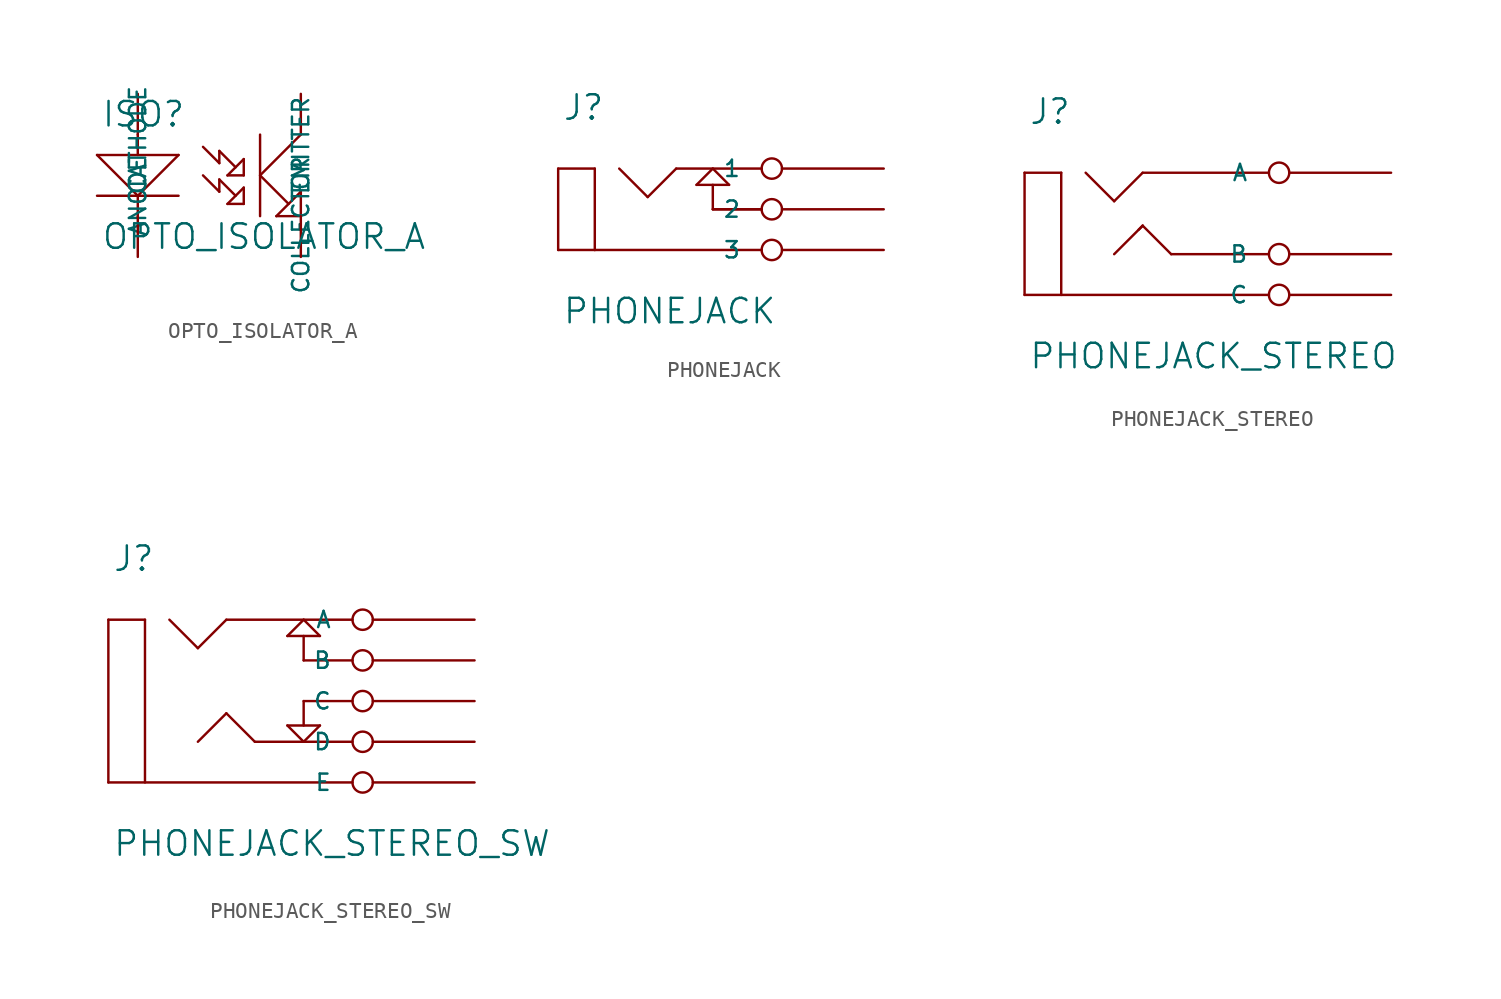
<source format=kicad_sym>
(kicad_symbol_lib
  (version 20231120)
  (generator "kicad_symbol_editor")
  (generator_version "8.0")
  (symbol "OPTO_ISOLATOR_A"
    (pin_names
      (offset 1.27))
    (property "Reference" "ISO"
      (at 0.254 0.381 0)
      (effects (font (size 1.524 1.524)) (justify left bottom)))
    (property "Value" "OPTO_ISOLATOR_A"
      (at 0.254 -5.461 0)
      (effects (font (size 1.524 1.524)) (justify left top)))
    (symbol "OPTO_ISOLATOR_A_0_1"
      (polyline (pts (xy 0 -1.27) (xy 5.08 -1.27)) (stroke (width 0) (type solid)) (fill (type none)))
      (polyline (pts (xy 2.54 -5.08) (xy 2.54 -3.81)) (stroke (width 0) (type solid)) (fill (type none)))
      (polyline (pts (xy 2.54 -3.81) (xy 0 -1.27)) (stroke (width 0) (type solid)) (fill (type none)))
      (polyline (pts (xy 2.54 0) (xy 2.54 -1.27)) (stroke (width 0) (type solid)) (fill (type none)))
      (polyline (pts (xy 5.08 -3.81) (xy 0 -3.81)) (stroke (width 0) (type solid)) (fill (type none)))
      (polyline (pts (xy 5.08 -1.27) (xy 2.54 -3.81)) (stroke (width 0) (type solid)) (fill (type none)))
      (polyline (pts (xy 7.62 -3.556) (xy 6.604 -2.54)) (stroke (width 0) (type solid)) (fill (type none)))
      (polyline (pts (xy 7.62 -2.794) (xy 7.62 -3.556)) (stroke (width 0) (type solid)) (fill (type none)))
      (polyline (pts (xy 7.62 -1.778) (xy 6.604 -0.762)) (stroke (width 0) (type solid)) (fill (type none)))
      (polyline (pts (xy 7.62 -1.016) (xy 7.62 -1.778)) (stroke (width 0) (type solid)) (fill (type none)))
      (polyline (pts (xy 8.128 -4.318) (xy 9.144 -3.302)) (stroke (width 0) (type solid)) (fill (type none)))
      (polyline (pts (xy 8.128 -2.54) (xy 9.144 -1.524)) (stroke (width 0) (type solid)) (fill (type none)))
      (polyline (pts (xy 8.636 -3.81) (xy 7.62 -2.794)) (stroke (width 0) (type solid)) (fill (type none)))
      (polyline (pts (xy 8.636 -2.032) (xy 7.62 -1.016)) (stroke (width 0) (type solid)) (fill (type none)))
      (polyline (pts (xy 9.144 -4.318) (xy 8.128 -4.318)) (stroke (width 0) (type solid)) (fill (type none)))
      (polyline (pts (xy 9.144 -3.302) (xy 9.144 -4.318)) (stroke (width 0) (type solid)) (fill (type none)))
      (polyline (pts (xy 9.144 -2.54) (xy 8.128 -2.54)) (stroke (width 0) (type solid)) (fill (type none)))
      (polyline (pts (xy 9.144 -1.524) (xy 9.144 -2.54)) (stroke (width 0) (type solid)) (fill (type none)))
      (polyline (pts (xy 10.16 -2.54) (xy 12.7 0)) (stroke (width 0) (type solid)) (fill (type none)))
      (polyline (pts (xy 10.16 0) (xy 10.16 -5.08)) (stroke (width 0) (type solid)) (fill (type none)))
      (polyline (pts (xy 11.176 -5.08) (xy 12.7 -5.08)) (stroke (width 0) (type solid)) (fill (type none)))
      (polyline (pts (xy 11.938 -4.318) (xy 10.16 -2.54)) (stroke (width 0) (type solid)) (fill (type none)))
      (polyline (pts (xy 12.7 -5.08) (xy 12.7 -3.556)) (stroke (width 0) (type solid)) (fill (type none)))
      (polyline (pts (xy 12.7 -3.556) (xy 11.176 -5.08)) (stroke (width 0) (type solid)) (fill (type none))))
    (symbol "OPTO_ISOLATOR_A_1_1"
      (pin passive line (at 2.54 2.54 270) (length 2.54) (name "ANODE" (effects (font (size 1.016 1.016)))) (number "~" (effects (font (size 1.27 1.27)))))
      (pin passive line (at 2.54 -7.62 90) (length 2.54) (name "CATHODE" (effects (font (size 1.016 1.016)))) (number "~" (effects (font (size 1.27 1.27)))))
      (pin passive line (at 12.7 2.54 270) (length 2.54) (name "COLLECTOR" (effects (font (size 1.016 1.016)))) (number "~" (effects (font (size 1.27 1.27)))))
      (pin passive line (at 12.7 -7.62 90) (length 2.54) (name "EMITTER" (effects (font (size 1.016 1.016)))) (number "~" (effects (font (size 1.27 1.27)))))))
  (symbol "PHONEJACK"
    (pin_names
      (offset 1.27))
    (property "Reference" "J"
      (at 0.254 0.381 0)
      (effects (font (size 1.524 1.524)) (justify left bottom)))
    (property "Value" "PHONEJACK"
      (at 0.254 -10.541 0)
      (effects (font (size 1.524 1.524)) (justify left top)))
    (symbol "PHONEJACK_0_1"
      (polyline (pts (xy 0 -7.62) (xy 0 -2.54)) (stroke (width 0) (type solid)) (fill (type none)))
      (polyline (pts (xy 0 -2.54) (xy 2.286 -2.54)) (stroke (width 0) (type solid)) (fill (type none)))
      (polyline (pts (xy 2.286 -7.62) (xy 0 -7.62)) (stroke (width 0) (type solid)) (fill (type none)))
      (polyline (pts (xy 2.286 -7.62) (xy 12.7 -7.62)) (stroke (width 0) (type solid)) (fill (type none)))
      (polyline (pts (xy 2.286 -2.54) (xy 2.286 -7.62)) (stroke (width 0) (type solid)) (fill (type none)))
      (polyline (pts (xy 3.81 -2.54) (xy 5.588 -4.318)) (stroke (width 0) (type solid)) (fill (type none)))
      (polyline (pts (xy 5.588 -4.318) (xy 7.366 -2.54)) (stroke (width 0) (type solid)) (fill (type none)))
      (polyline (pts (xy 7.366 -2.54) (xy 12.7 -2.54)) (stroke (width 0) (type solid)) (fill (type none)))
      (polyline (pts (xy 8.636 -3.556) (xy 10.668 -3.556)) (stroke (width 0) (type solid)) (fill (type none)))
      (polyline (pts (xy 9.652 -5.08) (xy 12.7 -5.08)) (stroke (width 0) (type solid)) (fill (type none)))
      (polyline (pts (xy 9.652 -3.556) (xy 9.652 -5.08)) (stroke (width 0) (type solid)) (fill (type none)))
      (polyline (pts (xy 9.652 -2.54) (xy 8.636 -3.556)) (stroke (width 0) (type solid)) (fill (type none)))
      (polyline (pts (xy 10.668 -3.556) (xy 9.652 -2.54)) (stroke (width 0) (type solid)) (fill (type none)))
      (polyline (pts (xy 12.7 -5.08) (xy 9.652 -5.08)) (stroke (width 0) (type solid)) (fill (type none))))
    (symbol "PHONEJACK_1_1"
      (pin passive inverted (at 20.32 -2.54 180) (length 7.62) (name "1" (effects (font (size 1.016 1.016)))) (number "~" (effects (font (size 1.27 1.27)))))
      (pin passive inverted (at 20.32 -5.08 180) (length 7.62) (name "2" (effects (font (size 1.016 1.016)))) (number "~" (effects (font (size 1.27 1.27)))))
      (pin passive inverted (at 20.32 -7.62 180) (length 7.62) (name "3" (effects (font (size 1.016 1.016)))) (number "~" (effects (font (size 1.27 1.27)))))))
  (symbol "PHONEJACK_STEREO"
    (pin_names
      (offset 1.27))
    (property "Reference" "J"
      (at 0.254 0.381 0)
      (effects (font (size 1.524 1.524)) (justify left bottom)))
    (property "Value" "PHONEJACK_STEREO"
      (at 0.254 -13.081 0)
      (effects (font (size 1.524 1.524)) (justify left top)))
    (symbol "PHONEJACK_STEREO_0_1"
      (polyline (pts (xy 0 -10.16) (xy 0 -2.54)) (stroke (width 0) (type solid)) (fill (type none)))
      (polyline (pts (xy 0 -10.16) (xy 15.24 -10.16)) (stroke (width 0) (type solid)) (fill (type none)))
      (polyline (pts (xy 0 -2.54) (xy 2.286 -2.54)) (stroke (width 0) (type solid)) (fill (type none)))
      (polyline (pts (xy 2.286 -2.54) (xy 2.286 -10.16)) (stroke (width 0) (type solid)) (fill (type none)))
      (polyline (pts (xy 3.81 -2.54) (xy 5.588 -4.318)) (stroke (width 0) (type solid)) (fill (type none)))
      (polyline (pts (xy 5.588 -4.318) (xy 7.366 -2.54)) (stroke (width 0) (type solid)) (fill (type none)))
      (polyline (pts (xy 7.112 -6.096) (xy 7.366 -5.842)) (stroke (width 0) (type solid)) (fill (type none)))
      (polyline (pts (xy 7.366 -5.842) (xy 5.588 -7.62)) (stroke (width 0) (type solid)) (fill (type none)))
      (polyline (pts (xy 7.366 -5.842) (xy 9.144 -7.62)) (stroke (width 0) (type solid)) (fill (type none)))
      (polyline (pts (xy 7.366 -2.54) (xy 15.24 -2.54)) (stroke (width 0) (type solid)) (fill (type none)))
      (polyline (pts (xy 9.144 -7.62) (xy 15.24 -7.62)) (stroke (width 0) (type solid)) (fill (type none))))
    (symbol "PHONEJACK_STEREO_1_1"
      (pin passive inverted (at 22.86 -2.54 180) (length 7.62) (name "A" (effects (font (size 1.016 1.016)))) (number "~" (effects (font (size 1.27 1.27)))))
      (pin passive inverted (at 22.86 -7.62 180) (length 7.62) (name "B" (effects (font (size 1.016 1.016)))) (number "~" (effects (font (size 1.27 1.27)))))
      (pin passive inverted (at 22.86 -10.16 180) (length 7.62) (name "C" (effects (font (size 1.016 1.016)))) (number "~" (effects (font (size 1.27 1.27)))))))
  (symbol "PHONEJACK_STEREO_SW"
    (pin_names
      (offset 1.27))
    (property "Reference" "J"
      (at 0.254 0.381 0)
      (effects (font (size 1.524 1.524)) (justify left bottom)))
    (property "Value" "PHONEJACK_STEREO_SW"
      (at 0.254 -15.621 0)
      (effects (font (size 1.524 1.524)) (justify left top)))
    (symbol "PHONEJACK_STEREO_SW_0_1"
      (polyline (pts (xy 0 -12.7) (xy 0 -2.54)) (stroke (width 0) (type solid)) (fill (type none)))
      (polyline (pts (xy 0 -12.7) (xy 15.24 -12.7)) (stroke (width 0) (type solid)) (fill (type none)))
      (polyline (pts (xy 0 -2.54) (xy 2.286 -2.54)) (stroke (width 0) (type solid)) (fill (type none)))
      (polyline (pts (xy 2.286 -2.54) (xy 2.286 -12.7)) (stroke (width 0) (type solid)) (fill (type none)))
      (polyline (pts (xy 3.81 -2.54) (xy 5.588 -4.318)) (stroke (width 0) (type solid)) (fill (type none)))
      (polyline (pts (xy 5.588 -4.318) (xy 7.366 -2.54)) (stroke (width 0) (type solid)) (fill (type none)))
      (polyline (pts (xy 7.366 -8.382) (xy 5.588 -10.16)) (stroke (width 0) (type solid)) (fill (type none)))
      (polyline (pts (xy 7.366 -2.54) (xy 15.24 -2.54)) (stroke (width 0) (type solid)) (fill (type none)))
      (polyline (pts (xy 9.144 -10.16) (xy 7.366 -8.382)) (stroke (width 0) (type solid)) (fill (type none)))
      (polyline (pts (xy 9.144 -10.16) (xy 15.24 -10.16)) (stroke (width 0) (type solid)) (fill (type none)))
      (polyline (pts (xy 11.176 -9.144) (xy 12.192 -10.16)) (stroke (width 0) (type solid)) (fill (type none)))
      (polyline (pts (xy 11.176 -3.556) (xy 12.192 -2.54)) (stroke (width 0) (type solid)) (fill (type none)))
      (polyline (pts (xy 12.192 -10.16) (xy 13.208 -9.144)) (stroke (width 0) (type solid)) (fill (type none)))
      (polyline (pts (xy 12.192 -9.144) (xy 12.192 -7.62)) (stroke (width 0) (type solid)) (fill (type none)))
      (polyline (pts (xy 12.192 -7.62) (xy 15.24 -7.62)) (stroke (width 0) (type solid)) (fill (type none)))
      (polyline (pts (xy 12.192 -5.08) (xy 15.24 -5.08)) (stroke (width 0) (type solid)) (fill (type none)))
      (polyline (pts (xy 12.192 -3.556) (xy 12.192 -5.08)) (stroke (width 0) (type solid)) (fill (type none)))
      (polyline (pts (xy 12.192 -2.54) (xy 13.208 -3.556)) (stroke (width 0) (type solid)) (fill (type none)))
      (polyline (pts (xy 13.208 -9.144) (xy 11.176 -9.144)) (stroke (width 0) (type solid)) (fill (type none)))
      (polyline (pts (xy 13.208 -3.556) (xy 11.176 -3.556)) (stroke (width 0) (type solid)) (fill (type none))))
    (symbol "PHONEJACK_STEREO_SW_1_1"
      (pin passive inverted (at 22.86 -2.54 180) (length 7.62) (name "A" (effects (font (size 1.016 1.016)))) (number "~" (effects (font (size 1.27 1.27)))))
      (pin passive inverted (at 22.86 -5.08 180) (length 7.62) (name "B" (effects (font (size 1.016 1.016)))) (number "~" (effects (font (size 1.27 1.27)))))
      (pin passive inverted (at 22.86 -7.62 180) (length 7.62) (name "C" (effects (font (size 1.016 1.016)))) (number "~" (effects (font (size 1.27 1.27)))))
      (pin passive inverted (at 22.86 -10.16 180) (length 7.62) (name "D" (effects (font (size 1.016 1.016)))) (number "~" (effects (font (size 1.27 1.27)))))
      (pin passive inverted (at 22.86 -12.7 180) (length 7.62) (name "E" (effects (font (size 1.016 1.016)))) (number "~" (effects (font (size 1.27 1.27))))))))
</source>
